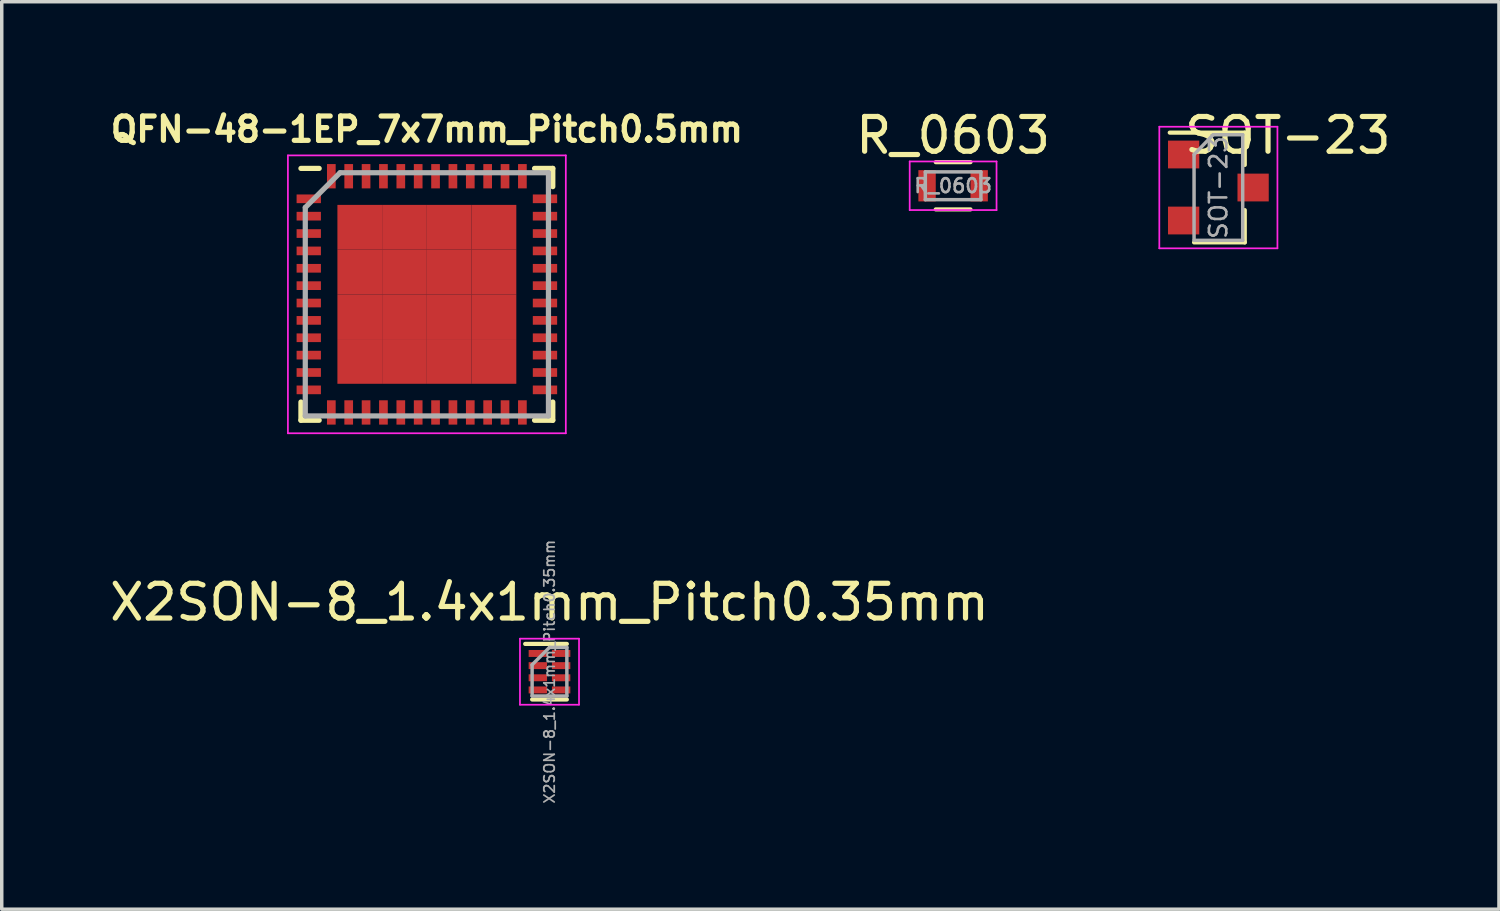
<source format=kicad_pcb>
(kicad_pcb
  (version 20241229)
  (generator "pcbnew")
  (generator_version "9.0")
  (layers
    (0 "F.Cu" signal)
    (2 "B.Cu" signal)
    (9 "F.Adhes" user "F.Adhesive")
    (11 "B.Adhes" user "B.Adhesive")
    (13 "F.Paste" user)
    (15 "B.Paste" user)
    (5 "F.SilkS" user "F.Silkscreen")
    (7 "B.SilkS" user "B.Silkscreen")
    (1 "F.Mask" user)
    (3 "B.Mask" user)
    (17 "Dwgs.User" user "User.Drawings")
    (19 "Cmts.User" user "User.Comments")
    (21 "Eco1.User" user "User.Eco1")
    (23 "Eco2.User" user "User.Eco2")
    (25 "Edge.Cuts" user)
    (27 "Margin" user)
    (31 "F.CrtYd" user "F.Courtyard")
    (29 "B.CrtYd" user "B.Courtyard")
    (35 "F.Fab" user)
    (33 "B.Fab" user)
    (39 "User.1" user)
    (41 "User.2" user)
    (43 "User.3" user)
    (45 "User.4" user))
  (footprint "X2SON-8_1.4x1mm_Pitch0.35mm"
    (layer "F.Cu")
    (at 12.768 16.286)
    (property "Reference" "X2SON-8_1.4x1mm_Pitch0.35mm" (at 0 -2 0) (layer "F.SilkS") (effects (font (size 1 1) (thickness 0.15))))
    (attr smd)
    (fp_line (start 0.5 -0.8) (end -0.7 -0.8) (stroke (width 0.12) (type solid)) (layer "F.SilkS"))
    (fp_line (start 0.5 0.8) (end -0.5 0.8) (stroke (width 0.12) (type solid)) (layer "F.SilkS"))
    (fp_line (start -0.85 -0.95) (end 0.85 -0.95) (stroke (width 0.05) (type solid)) (layer "F.CrtYd"))
    (fp_line (start -0.85 0.95) (end -0.85 -0.95) (stroke (width 0.05) (type solid)) (layer "F.CrtYd"))
    (fp_line (start 0.85 -0.95) (end 0.85 0.95) (stroke (width 0.05) (type solid)) (layer "F.CrtYd"))
    (fp_line (start 0.85 0.95) (end -0.85 0.95) (stroke (width 0.05) (type solid)) (layer "F.CrtYd"))
    (fp_line (start -0.5 0.7) (end -0.5 -0.2) (stroke (width 0.1) (type solid)) (layer "F.Fab"))
    (fp_line (start 0 -0.7) (end -0.5 -0.2) (stroke (width 0.1) (type solid)) (layer "F.Fab"))
    (fp_line (start 0 -0.7) (end 0.5 -0.7) (stroke (width 0.1) (type solid)) (layer "F.Fab"))
    (fp_line (start 0.5 -0.7) (end 0.5 0.7) (stroke (width 0.1) (type solid)) (layer "F.Fab"))
    (fp_line (start 0.5 0.7) (end -0.5 0.7) (stroke (width 0.1) (type solid)) (layer "F.Fab"))
    (fp_text user "${REFERENCE}" (at 0 0 90) (layer "F.Fab") (effects (font (size 0.3 0.3) (thickness 0.05))))
    (pad "1" smd rect (at -0.335 -0.525 270) (size 0.2 0.53) (layers "F.Cu" "F.Mask" "F.Paste"))
    (pad "2" smd rect (at -0.335 -0.175 270) (size 0.2 0.53) (layers "F.Cu" "F.Mask" "F.Paste"))
    (pad "3" smd rect (at -0.335 0.175 270) (size 0.2 0.53) (layers "F.Cu" "F.Mask" "F.Paste"))
    (pad "4" smd rect (at -0.335 0.525 270) (size 0.2 0.53) (layers "F.Cu" "F.Mask" "F.Paste"))
    (pad "5" smd rect (at 0.335 0.525 270) (size 0.2 0.53) (layers "F.Cu" "F.Mask" "F.Paste"))
    (pad "6" smd rect (at 0.335 0.175 270) (size 0.2 0.53) (layers "F.Cu" "F.Mask" "F.Paste"))
    (pad "7" smd rect (at 0.335 -0.175 270) (size 0.2 0.53) (layers "F.Cu" "F.Mask" "F.Paste"))
    (pad "8" smd rect (at 0.335 -0.525 270) (size 0.2 0.53) (layers "F.Cu" "F.Mask" "F.Paste")))
  (footprint "QFN-48-1EP_7x7mm_Pitch0.5mm"
    (layer "F.Cu")
    (at 9.238 5.423)
    (property "Reference" "QFN-48-1EP_7x7mm_Pitch0.5mm" (at 0 -4.75 0) (layer "F.SilkS") (effects (font (size 0.7 0.7) (thickness 0.15))))
    (attr smd)
    (fp_line (start -3.625 -3.625) (end -3.1 -3.625) (stroke (width 0.15) (type solid)) (layer "F.SilkS"))
    (fp_line (start -3.625 3.625) (end -3.625 3.1) (stroke (width 0.15) (type solid)) (layer "F.SilkS"))
    (fp_line (start -3.625 3.625) (end -3.1 3.625) (stroke (width 0.15) (type solid)) (layer "F.SilkS"))
    (fp_line (start 3.625 -3.625) (end 3.1 -3.625) (stroke (width 0.15) (type solid)) (layer "F.SilkS"))
    (fp_line (start 3.625 -3.625) (end 3.625 -3.1) (stroke (width 0.15) (type solid)) (layer "F.SilkS"))
    (fp_line (start 3.625 3.625) (end 3.1 3.625) (stroke (width 0.15) (type solid)) (layer "F.SilkS"))
    (fp_line (start 3.625 3.625) (end 3.625 3.1) (stroke (width 0.15) (type solid)) (layer "F.SilkS"))
    (fp_line (start -4 -4) (end -4 4) (stroke (width 0.05) (type solid)) (layer "F.CrtYd"))
    (fp_line (start -4 -4) (end 4 -4) (stroke (width 0.05) (type solid)) (layer "F.CrtYd"))
    (fp_line (start -4 4) (end 4 4) (stroke (width 0.05) (type solid)) (layer "F.CrtYd"))
    (fp_line (start 4 -4) (end 4 4) (stroke (width 0.05) (type solid)) (layer "F.CrtYd"))
    (fp_line (start -3.5 -2.5) (end -2.5 -3.5) (stroke (width 0.15) (type solid)) (layer "F.Fab"))
    (fp_line (start -3.5 3.5) (end -3.5 -2.5) (stroke (width 0.15) (type solid)) (layer "F.Fab"))
    (fp_line (start -2.5 -3.5) (end 3.5 -3.5) (stroke (width 0.15) (type solid)) (layer "F.Fab"))
    (fp_line (start 3.5 -3.5) (end 3.5 3.5) (stroke (width 0.15) (type solid)) (layer "F.Fab"))
    (fp_line (start 3.5 3.5) (end -3.5 3.5) (stroke (width 0.15) (type solid)) (layer "F.Fab"))
    (pad "1" smd rect (at -3.4 -2.75) (size 0.7 0.25) (layers "F.Cu" "F.Mask" "F.Paste"))
    (pad "2" smd rect (at -3.4 -2.25) (size 0.7 0.25) (layers "F.Cu" "F.Mask" "F.Paste"))
    (pad "3" smd rect (at -3.4 -1.75) (size 0.7 0.25) (layers "F.Cu" "F.Mask" "F.Paste"))
    (pad "4" smd rect (at -3.4 -1.25) (size 0.7 0.25) (layers "F.Cu" "F.Mask" "F.Paste"))
    (pad "5" smd rect (at -3.4 -0.75) (size 0.7 0.25) (layers "F.Cu" "F.Mask" "F.Paste"))
    (pad "6" smd rect (at -3.4 -0.25) (size 0.7 0.25) (layers "F.Cu" "F.Mask" "F.Paste"))
    (pad "7" smd rect (at -3.4 0.25) (size 0.7 0.25) (layers "F.Cu" "F.Mask" "F.Paste"))
    (pad "8" smd rect (at -3.4 0.75) (size 0.7 0.25) (layers "F.Cu" "F.Mask" "F.Paste"))
    (pad "9" smd rect (at -3.4 1.25) (size 0.7 0.25) (layers "F.Cu" "F.Mask" "F.Paste"))
    (pad "10" smd rect (at -3.4 1.75) (size 0.7 0.25) (layers "F.Cu" "F.Mask" "F.Paste"))
    (pad "11" smd rect (at -3.4 2.25) (size 0.7 0.25) (layers "F.Cu" "F.Mask" "F.Paste"))
    (pad "12" smd rect (at -3.4 2.75) (size 0.7 0.25) (layers "F.Cu" "F.Mask" "F.Paste"))
    (pad "13" smd rect (at -2.75 3.4 90) (size 0.7 0.25) (layers "F.Cu" "F.Mask" "F.Paste"))
    (pad "14" smd rect (at -2.25 3.4 90) (size 0.7 0.25) (layers "F.Cu" "F.Mask" "F.Paste"))
    (pad "15" smd rect (at -1.75 3.4 90) (size 0.7 0.25) (layers "F.Cu" "F.Mask" "F.Paste"))
    (pad "16" smd rect (at -1.25 3.4 90) (size 0.7 0.25) (layers "F.Cu" "F.Mask" "F.Paste"))
    (pad "17" smd rect (at -0.75 3.4 90) (size 0.7 0.25) (layers "F.Cu" "F.Mask" "F.Paste"))
    (pad "18" smd rect (at -0.25 3.4 90) (size 0.7 0.25) (layers "F.Cu" "F.Mask" "F.Paste"))
    (pad "19" smd rect (at 0.25 3.4 90) (size 0.7 0.25) (layers "F.Cu" "F.Mask" "F.Paste"))
    (pad "20" smd rect (at 0.75 3.4 90) (size 0.7 0.25) (layers "F.Cu" "F.Mask" "F.Paste"))
    (pad "21" smd rect (at 1.25 3.4 90) (size 0.7 0.25) (layers "F.Cu" "F.Mask" "F.Paste"))
    (pad "22" smd rect (at 1.75 3.4 90) (size 0.7 0.25) (layers "F.Cu" "F.Mask" "F.Paste"))
    (pad "23" smd rect (at 2.25 3.4 90) (size 0.7 0.25) (layers "F.Cu" "F.Mask" "F.Paste"))
    (pad "24" smd rect (at 2.75 3.4 90) (size 0.7 0.25) (layers "F.Cu" "F.Mask" "F.Paste"))
    (pad "25" smd rect (at 3.4 2.75) (size 0.7 0.25) (layers "F.Cu" "F.Mask" "F.Paste"))
    (pad "26" smd rect (at 3.4 2.25) (size 0.7 0.25) (layers "F.Cu" "F.Mask" "F.Paste"))
    (pad "27" smd rect (at 3.4 1.75) (size 0.7 0.25) (layers "F.Cu" "F.Mask" "F.Paste"))
    (pad "28" smd rect (at 3.4 1.25) (size 0.7 0.25) (layers "F.Cu" "F.Mask" "F.Paste"))
    (pad "29" smd rect (at 3.4 0.75) (size 0.7 0.25) (layers "F.Cu" "F.Mask" "F.Paste"))
    (pad "30" smd rect (at 3.4 0.25) (size 0.7 0.25) (layers "F.Cu" "F.Mask" "F.Paste"))
    (pad "31" smd rect (at 3.4 -0.25) (size 0.7 0.25) (layers "F.Cu" "F.Mask" "F.Paste"))
    (pad "32" smd rect (at 3.4 -0.75) (size 0.7 0.25) (layers "F.Cu" "F.Mask" "F.Paste"))
    (pad "33" smd rect (at 3.4 -1.25) (size 0.7 0.25) (layers "F.Cu" "F.Mask" "F.Paste"))
    (pad "34" smd rect (at 3.4 -1.75) (size 0.7 0.25) (layers "F.Cu" "F.Mask" "F.Paste"))
    (pad "35" smd rect (at 3.4 -2.25) (size 0.7 0.25) (layers "F.Cu" "F.Mask" "F.Paste"))
    (pad "36" smd rect (at 3.4 -2.75) (size 0.7 0.25) (layers "F.Cu" "F.Mask" "F.Paste"))
    (pad "37" smd rect (at 2.75 -3.4 90) (size 0.7 0.25) (layers "F.Cu" "F.Mask" "F.Paste"))
    (pad "38" smd rect (at 2.25 -3.4 90) (size 0.7 0.25) (layers "F.Cu" "F.Mask" "F.Paste"))
    (pad "39" smd rect (at 1.75 -3.4 90) (size 0.7 0.25) (layers "F.Cu" "F.Mask" "F.Paste"))
    (pad "40" smd rect (at 1.25 -3.4 90) (size 0.7 0.25) (layers "F.Cu" "F.Mask" "F.Paste"))
    (pad "41" smd rect (at 0.75 -3.4 90) (size 0.7 0.25) (layers "F.Cu" "F.Mask" "F.Paste"))
    (pad "42" smd rect (at 0.25 -3.4 90) (size 0.7 0.25) (layers "F.Cu" "F.Mask" "F.Paste"))
    (pad "43" smd rect (at -0.25 -3.4 90) (size 0.7 0.25) (layers "F.Cu" "F.Mask" "F.Paste"))
    (pad "44" smd rect (at -0.75 -3.4 90) (size 0.7 0.25) (layers "F.Cu" "F.Mask" "F.Paste"))
    (pad "45" smd rect (at -1.25 -3.4 90) (size 0.7 0.25) (layers "F.Cu" "F.Mask" "F.Paste"))
    (pad "46" smd rect (at -1.75 -3.4 90) (size 0.7 0.25) (layers "F.Cu" "F.Mask" "F.Paste"))
    (pad "47" smd rect (at -2.25 -3.4 90) (size 0.7 0.25) (layers "F.Cu" "F.Mask" "F.Paste"))
    (pad "48" smd rect (at -2.75 -3.4 90) (size 0.7 0.25) (layers "F.Cu" "F.Mask" "F.Paste"))
    (pad "49" smd rect (at -1.931 -1.931) (size 1.288 1.288) (layers "F.Cu" "F.Mask" "F.Paste"))
    (pad "49" smd rect (at -1.931 -0.644) (size 1.288 1.288) (layers "F.Cu" "F.Mask" "F.Paste"))
    (pad "49" smd rect (at -1.931 0.644) (size 1.288 1.288) (layers "F.Cu" "F.Mask" "F.Paste"))
    (pad "49" smd rect (at -1.931 1.931) (size 1.288 1.288) (layers "F.Cu" "F.Mask" "F.Paste"))
    (pad "49" smd rect (at -0.644 -1.931) (size 1.288 1.288) (layers "F.Cu" "F.Mask" "F.Paste"))
    (pad "49" smd rect (at -0.644 -0.644) (size 1.288 1.288) (layers "F.Cu" "F.Mask" "F.Paste"))
    (pad "49" smd rect (at -0.644 0.644) (size 1.288 1.288) (layers "F.Cu" "F.Mask" "F.Paste"))
    (pad "49" smd rect (at -0.644 1.931) (size 1.288 1.288) (layers "F.Cu" "F.Mask" "F.Paste"))
    (pad "49" smd rect (at 0.644 -1.931) (size 1.288 1.288) (layers "F.Cu" "F.Mask" "F.Paste"))
    (pad "49" smd rect (at 0.644 -0.644) (size 1.288 1.288) (layers "F.Cu" "F.Mask" "F.Paste"))
    (pad "49" smd rect (at 0.644 0.644) (size 1.288 1.288) (layers "F.Cu" "F.Mask" "F.Paste"))
    (pad "49" smd rect (at 0.644 1.931) (size 1.288 1.288) (layers "F.Cu" "F.Mask" "F.Paste"))
    (pad "49" smd rect (at 1.931 -1.931) (size 1.288 1.288) (layers "F.Cu" "F.Mask" "F.Paste"))
    (pad "49" smd rect (at 1.931 -0.644) (size 1.288 1.288) (layers "F.Cu" "F.Mask" "F.Paste"))
    (pad "49" smd rect (at 1.931 0.644) (size 1.288 1.288) (layers "F.Cu" "F.Mask" "F.Paste"))
    (pad "49" smd rect (at 1.931 1.931) (size 1.288 1.288) (layers "F.Cu" "F.Mask" "F.Paste")))
  (footprint "R_0603"
    (layer "F.Cu")
    (at 24.387 2.298)
    (property "Reference" "R_0603" (at 0 -1.45 0) (layer "F.SilkS") (effects (font (size 1 1) (thickness 0.15))))
    (attr smd)
    (fp_line (start -0.5 -0.68) (end 0.5 -0.68) (stroke (width 0.12) (type solid)) (layer "F.SilkS"))
    (fp_line (start 0.5 0.68) (end -0.5 0.68) (stroke (width 0.12) (type solid)) (layer "F.SilkS"))
    (fp_line (start -1.25 -0.7) (end -1.25 0.7) (stroke (width 0.05) (type solid)) (layer "F.CrtYd"))
    (fp_line (start -1.25 -0.7) (end 1.25 -0.7) (stroke (width 0.05) (type solid)) (layer "F.CrtYd"))
    (fp_line (start 1.25 0.7) (end -1.25 0.7) (stroke (width 0.05) (type solid)) (layer "F.CrtYd"))
    (fp_line (start 1.25 0.7) (end 1.25 -0.7) (stroke (width 0.05) (type solid)) (layer "F.CrtYd"))
    (fp_line (start -0.8 -0.4) (end 0.8 -0.4) (stroke (width 0.1) (type solid)) (layer "F.Fab"))
    (fp_line (start -0.8 0.4) (end -0.8 -0.4) (stroke (width 0.1) (type solid)) (layer "F.Fab"))
    (fp_line (start 0.8 -0.4) (end 0.8 0.4) (stroke (width 0.1) (type solid)) (layer "F.Fab"))
    (fp_line (start 0.8 0.4) (end -0.8 0.4) (stroke (width 0.1) (type solid)) (layer "F.Fab"))
    (fp_text user "${REFERENCE}" (at 0 0 0) (layer "F.Fab") (effects (font (size 0.4 0.4) (thickness 0.075))))
    (pad "1" smd rect (at -0.75 0) (size 0.5 0.9) (layers "F.Cu" "F.Mask" "F.Paste"))
    (pad "2" smd rect (at 0.75 0) (size 0.5 0.9) (layers "F.Cu" "F.Mask" "F.Paste")))
  (footprint "SOT-23"
    (layer "F.Cu")
    (at 32.023 2.348)
    (property "Reference" "SOT-23" (at 2 -1.5 0) (layer "F.SilkS") (effects (font (size 1 1) (thickness 0.15))))
    (attr smd)
    (fp_line (start 0.76 -1.58) (end -1.4 -1.58) (stroke (width 0.12) (type solid)) (layer "F.SilkS"))
    (fp_line (start 0.76 -1.58) (end 0.76 -0.65) (stroke (width 0.12) (type solid)) (layer "F.SilkS"))
    (fp_line (start 0.76 1.58) (end -0.7 1.58) (stroke (width 0.12) (type solid)) (layer "F.SilkS"))
    (fp_line (start 0.76 1.58) (end 0.76 0.65) (stroke (width 0.12) (type solid)) (layer "F.SilkS"))
    (fp_line (start -1.7 -1.75) (end 1.7 -1.75) (stroke (width 0.05) (type solid)) (layer "F.CrtYd"))
    (fp_line (start -1.7 1.75) (end -1.7 -1.75) (stroke (width 0.05) (type solid)) (layer "F.CrtYd"))
    (fp_line (start 1.7 -1.75) (end 1.7 1.75) (stroke (width 0.05) (type solid)) (layer "F.CrtYd"))
    (fp_line (start 1.7 1.75) (end -1.7 1.75) (stroke (width 0.05) (type solid)) (layer "F.CrtYd"))
    (fp_line (start -0.7 -0.95) (end -0.7 1.5) (stroke (width 0.1) (type solid)) (layer "F.Fab"))
    (fp_line (start -0.7 -0.95) (end -0.15 -1.52) (stroke (width 0.1) (type solid)) (layer "F.Fab"))
    (fp_line (start -0.7 1.52) (end 0.7 1.52) (stroke (width 0.1) (type solid)) (layer "F.Fab"))
    (fp_line (start -0.15 -1.52) (end 0.7 -1.52) (stroke (width 0.1) (type solid)) (layer "F.Fab"))
    (fp_line (start 0.7 -1.52) (end 0.7 1.52) (stroke (width 0.1) (type solid)) (layer "F.Fab"))
    (fp_text user "${REFERENCE}" (at 0 0 90) (layer "F.Fab") (effects (font (size 0.5 0.5) (thickness 0.075))))
    (pad "1" smd rect (at -1 -0.95) (size 0.9 0.8) (layers "F.Cu" "F.Mask" "F.Paste"))
    (pad "2" smd rect (at -1 0.95) (size 0.9 0.8) (layers "F.Cu" "F.Mask" "F.Paste"))
    (pad "3" smd rect (at 1 0) (size 0.9 0.8) (layers "F.Cu" "F.Mask" "F.Paste")))
  (gr_rect
    (start -3 -3)
    (end 40.1 23.123)
    (stroke (width 0.1) (type default))
    (fill no)
    (layer "Edge.Cuts")))
</source>
